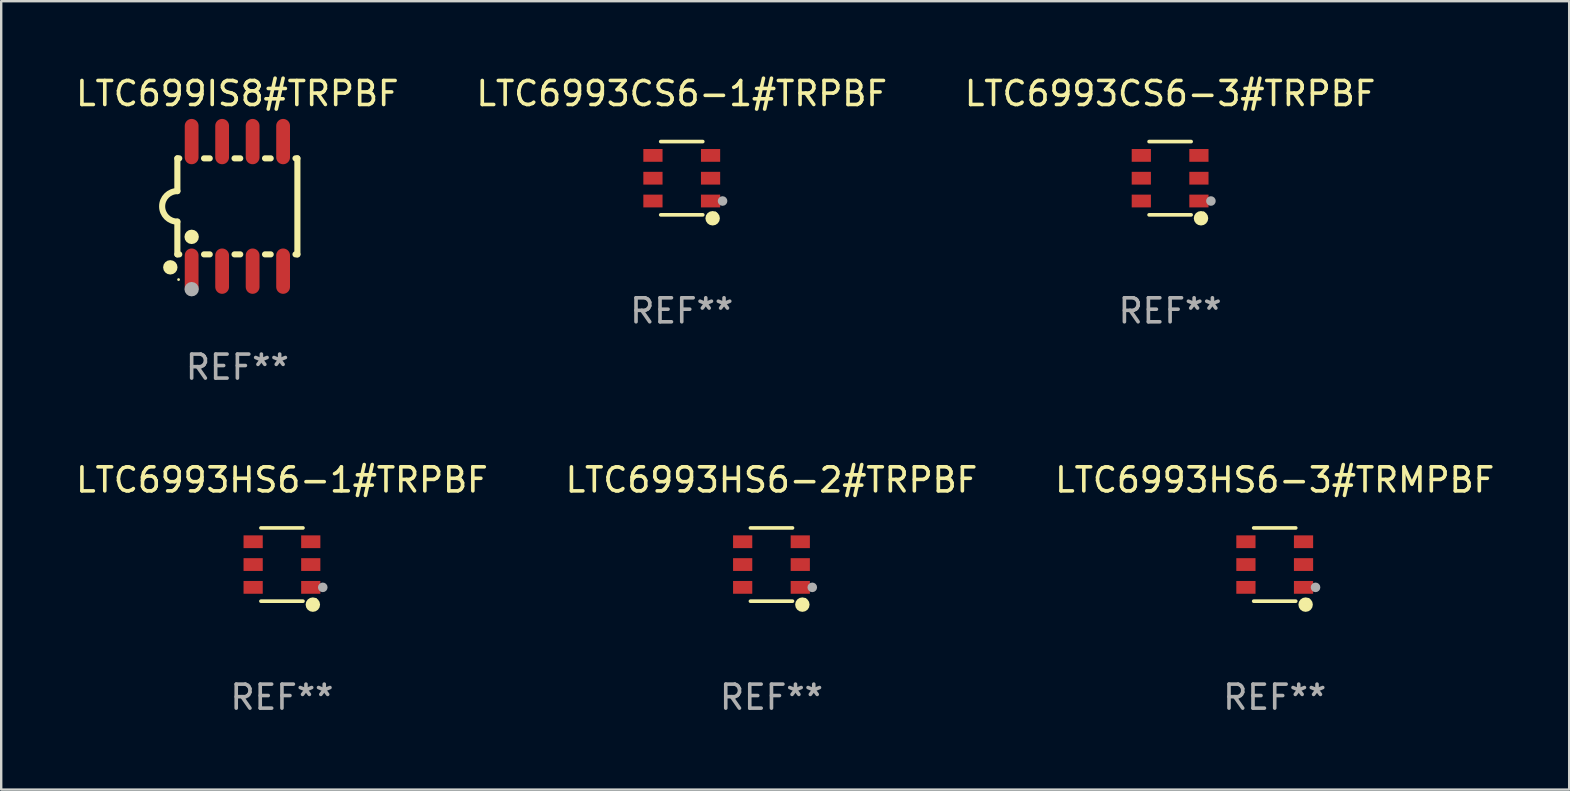
<source format=kicad_pcb>
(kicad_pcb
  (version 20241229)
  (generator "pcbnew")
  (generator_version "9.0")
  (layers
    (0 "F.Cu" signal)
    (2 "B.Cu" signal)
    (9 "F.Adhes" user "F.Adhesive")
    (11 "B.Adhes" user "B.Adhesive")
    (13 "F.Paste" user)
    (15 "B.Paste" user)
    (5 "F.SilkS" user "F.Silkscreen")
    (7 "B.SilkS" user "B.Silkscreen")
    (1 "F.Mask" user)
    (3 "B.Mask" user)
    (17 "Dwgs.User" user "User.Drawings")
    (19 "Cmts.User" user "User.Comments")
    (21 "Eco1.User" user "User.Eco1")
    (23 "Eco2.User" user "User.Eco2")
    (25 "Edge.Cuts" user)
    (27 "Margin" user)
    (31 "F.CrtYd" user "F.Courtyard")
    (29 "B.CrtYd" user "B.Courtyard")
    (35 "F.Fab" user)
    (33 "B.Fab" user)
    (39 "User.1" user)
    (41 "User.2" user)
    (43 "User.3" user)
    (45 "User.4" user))
  (footprint "LTC699IS8#TRPBF"
    (layer "F.Cu")
    (at 6.839 5.547)
    (property "Reference" "LTC699IS8#TRPBF" (at 0 -4.699 0) (layer "F.SilkS") (effects (font (size 1 1) (thickness 0.15))))
    (attr through_hole)
    (fp_line (start -2.5 -2) (end -2.5 -0.635) (stroke (width 0.254) (type solid)) (layer "F.SilkS"))
    (fp_line (start -2.5 -2) (end -2.421 -2) (stroke (width 0.254) (type solid)) (layer "F.SilkS"))
    (fp_line (start -2.5 2) (end -2.5 0.635) (stroke (width 0.254) (type solid)) (layer "F.SilkS"))
    (fp_line (start -2.5 2) (end -2.421 2) (stroke (width 0.254) (type solid)) (layer "F.SilkS"))
    (fp_line (start -1.389 -2) (end -1.151 -2) (stroke (width 0.254) (type solid)) (layer "F.SilkS"))
    (fp_line (start -1.389 2) (end -1.151 2) (stroke (width 0.254) (type solid)) (layer "F.SilkS"))
    (fp_line (start -0.119 -2) (end 0.119 -2) (stroke (width 0.254) (type solid)) (layer "F.SilkS"))
    (fp_line (start -0.119 2) (end 0.119 2) (stroke (width 0.254) (type solid)) (layer "F.SilkS"))
    (fp_line (start 1.151 -2) (end 1.389 -2) (stroke (width 0.254) (type solid)) (layer "F.SilkS"))
    (fp_line (start 1.151 2) (end 1.389 2) (stroke (width 0.254) (type solid)) (layer "F.SilkS"))
    (fp_line (start 2.421 -2) (end 2.5 -2) (stroke (width 0.254) (type solid)) (layer "F.SilkS"))
    (fp_line (start 2.421 2) (end 2.5 2) (stroke (width 0.254) (type solid)) (layer "F.SilkS"))
    (fp_line (start 2.5 -2) (end 2.5 2) (stroke (width 0.254) (type solid)) (layer "F.SilkS"))
    (fp_arc (start -2.5 0.635001) (mid -3.134366 -0.000318) (end -2.499365 -0.635001) (stroke (width 0.254001) (type solid)) (layer "F.SilkS"))
    (fp_circle (center -2.794 2.54) (end -2.644 2.54) (stroke (width 0.3) (type solid)) (fill no) (layer "F.SilkS"))
    (fp_circle (center -2.45 3.05) (end -2.42 3.05) (stroke (width 0.06) (type solid)) (fill no) (layer "F.SilkS"))
    (fp_circle (center -1.905 1.27) (end -1.755 1.27) (stroke (width 0.3) (type solid)) (fill no) (layer "F.SilkS"))
    (fp_circle (center -1.905 3.45) (end -1.755 3.45) (stroke (width 0.3) (type solid)) (fill no) (layer "F.Fab"))
    (fp_text user "REF**" (at 0 6.699 0) (layer "F.Fab") (effects (font (size 1 1) (thickness 0.15))))
    (pad "1" smd oval (at -1.905 2.699) (size 0.574 1.888) (layers "F.Cu" "F.Mask" "F.Paste"))
    (pad "2" smd oval (at -0.635 2.699) (size 0.574 1.888) (layers "F.Cu" "F.Mask" "F.Paste"))
    (pad "3" smd oval (at 0.635 2.699) (size 0.574 1.888) (layers "F.Cu" "F.Mask" "F.Paste"))
    (pad "4" smd oval (at 1.905 2.699) (size 0.574 1.888) (layers "F.Cu" "F.Mask" "F.Paste"))
    (pad "5" smd oval (at 1.905 -2.699) (size 0.574 1.888) (layers "F.Cu" "F.Mask" "F.Paste"))
    (pad "6" smd oval (at 0.635 -2.699) (size 0.574 1.888) (layers "F.Cu" "F.Mask" "F.Paste"))
    (pad "7" smd oval (at -0.635 -2.699) (size 0.574 1.888) (layers "F.Cu" "F.Mask" "F.Paste"))
    (pad "8" smd oval (at -1.905 -2.699) (size 0.574 1.888) (layers "F.Cu" "F.Mask" "F.Paste")))
  (footprint "LTC6993CS6-3#TRPBF"
    (layer "F.Cu")
    (at 45.696 4.374)
    (property "Reference" "LTC6993CS6-3#TRPBF" (at 0 -3.526 0) (layer "F.SilkS") (effects (font (size 1 1) (thickness 0.15))))
    (attr through_hole)
    (fp_line (start 0.876 -1.526) (end -0.876 -1.526) (stroke (width 0.152) (type solid)) (layer "F.SilkS"))
    (fp_line (start 0.876 1.526) (end -0.876 1.526) (stroke (width 0.152) (type solid)) (layer "F.SilkS"))
    (fp_circle (center 1.287 1.669) (end 1.438 1.669) (stroke (width 0.3) (type solid)) (fill no) (layer "F.SilkS"))
    (fp_circle (center 1.4 1.45) (end 1.43 1.45) (stroke (width 0.06) (type solid)) (fill no) (layer "F.SilkS"))
    (fp_circle (center 1.7 0.95) (end 1.8 0.95) (stroke (width 0.2) (type solid)) (fill no) (layer "F.Fab"))
    (fp_text user "REF**" (at 0 5.526 0) (layer "F.Fab") (effects (font (size 1 1) (thickness 0.15))))
    (pad "1" smd rect (at 1.2 0.95) (size 0.8 0.532) (layers "F.Cu" "F.Mask" "F.Paste"))
    (pad "2" smd rect (at 1.2 0) (size 0.8 0.532) (layers "F.Cu" "F.Mask" "F.Paste"))
    (pad "3" smd rect (at 1.2 -0.95) (size 0.8 0.532) (layers "F.Cu" "F.Mask" "F.Paste"))
    (pad "4" smd rect (at -1.2 -0.95) (size 0.8 0.532) (layers "F.Cu" "F.Mask" "F.Paste"))
    (pad "5" smd rect (at -1.2 0) (size 0.8 0.532) (layers "F.Cu" "F.Mask" "F.Paste"))
    (pad "6" smd rect (at -1.2 0.95) (size 0.8 0.532) (layers "F.Cu" "F.Mask" "F.Paste")))
  (footprint "LTC6993CS6-1#TRPBF"
    (layer "F.Cu")
    (at 25.351 4.374)
    (property "Reference" "LTC6993CS6-1#TRPBF" (at 0 -3.526 0) (layer "F.SilkS") (effects (font (size 1 1) (thickness 0.15))))
    (attr through_hole)
    (fp_line (start 0.876 -1.526) (end -0.876 -1.526) (stroke (width 0.152) (type solid)) (layer "F.SilkS"))
    (fp_line (start 0.876 1.526) (end -0.876 1.526) (stroke (width 0.152) (type solid)) (layer "F.SilkS"))
    (fp_circle (center 1.287 1.669) (end 1.438 1.669) (stroke (width 0.3) (type solid)) (fill no) (layer "F.SilkS"))
    (fp_circle (center 1.4 1.45) (end 1.43 1.45) (stroke (width 0.06) (type solid)) (fill no) (layer "F.SilkS"))
    (fp_circle (center 1.7 0.95) (end 1.8 0.95) (stroke (width 0.2) (type solid)) (fill no) (layer "F.Fab"))
    (fp_text user "REF**" (at 0 5.526 0) (layer "F.Fab") (effects (font (size 1 1) (thickness 0.15))))
    (pad "1" smd rect (at 1.2 0.95) (size 0.8 0.532) (layers "F.Cu" "F.Mask" "F.Paste"))
    (pad "2" smd rect (at 1.2 0) (size 0.8 0.532) (layers "F.Cu" "F.Mask" "F.Paste"))
    (pad "3" smd rect (at 1.2 -0.95) (size 0.8 0.532) (layers "F.Cu" "F.Mask" "F.Paste"))
    (pad "4" smd rect (at -1.2 -0.95) (size 0.8 0.532) (layers "F.Cu" "F.Mask" "F.Paste"))
    (pad "5" smd rect (at -1.2 0) (size 0.8 0.532) (layers "F.Cu" "F.Mask" "F.Paste"))
    (pad "6" smd rect (at -1.2 0.95) (size 0.8 0.532) (layers "F.Cu" "F.Mask" "F.Paste")))
  (footprint "LTC6993HS6-3#TRMPBF"
    (layer "F.Cu")
    (at 50.054 20.469)
    (property "Reference" "LTC6993HS6-3#TRMPBF" (at 0 -3.526 0) (layer "F.SilkS") (effects (font (size 1 1) (thickness 0.15))))
    (attr through_hole)
    (fp_line (start 0.876 -1.526) (end -0.876 -1.526) (stroke (width 0.152) (type solid)) (layer "F.SilkS"))
    (fp_line (start 0.876 1.526) (end -0.876 1.526) (stroke (width 0.152) (type solid)) (layer "F.SilkS"))
    (fp_circle (center 1.287 1.669) (end 1.438 1.669) (stroke (width 0.3) (type solid)) (fill no) (layer "F.SilkS"))
    (fp_circle (center 1.4 1.45) (end 1.43 1.45) (stroke (width 0.06) (type solid)) (fill no) (layer "F.SilkS"))
    (fp_circle (center 1.7 0.95) (end 1.8 0.95) (stroke (width 0.2) (type solid)) (fill no) (layer "F.Fab"))
    (fp_text user "REF**" (at 0 5.526 0) (layer "F.Fab") (effects (font (size 1 1) (thickness 0.15))))
    (pad "1" smd rect (at 1.2 0.95) (size 0.8 0.532) (layers "F.Cu" "F.Mask" "F.Paste"))
    (pad "2" smd rect (at 1.2 0) (size 0.8 0.532) (layers "F.Cu" "F.Mask" "F.Paste"))
    (pad "3" smd rect (at 1.2 -0.95) (size 0.8 0.532) (layers "F.Cu" "F.Mask" "F.Paste"))
    (pad "4" smd rect (at -1.2 -0.95) (size 0.8 0.532) (layers "F.Cu" "F.Mask" "F.Paste"))
    (pad "5" smd rect (at -1.2 0) (size 0.8 0.532) (layers "F.Cu" "F.Mask" "F.Paste"))
    (pad "6" smd rect (at -1.2 0.95) (size 0.8 0.532) (layers "F.Cu" "F.Mask" "F.Paste")))
  (footprint "LTC6993HS6-2#TRPBF"
    (layer "F.Cu")
    (at 29.089 20.469)
    (property "Reference" "LTC6993HS6-2#TRPBF" (at 0 -3.526 0) (layer "F.SilkS") (effects (font (size 1 1) (thickness 0.15))))
    (attr through_hole)
    (fp_line (start 0.876 -1.526) (end -0.876 -1.526) (stroke (width 0.152) (type solid)) (layer "F.SilkS"))
    (fp_line (start 0.876 1.526) (end -0.876 1.526) (stroke (width 0.152) (type solid)) (layer "F.SilkS"))
    (fp_circle (center 1.287 1.669) (end 1.438 1.669) (stroke (width 0.3) (type solid)) (fill no) (layer "F.SilkS"))
    (fp_circle (center 1.4 1.45) (end 1.43 1.45) (stroke (width 0.06) (type solid)) (fill no) (layer "F.SilkS"))
    (fp_circle (center 1.7 0.95) (end 1.8 0.95) (stroke (width 0.2) (type solid)) (fill no) (layer "F.Fab"))
    (fp_text user "REF**" (at 0 5.526 0) (layer "F.Fab") (effects (font (size 1 1) (thickness 0.15))))
    (pad "1" smd rect (at 1.2 0.95) (size 0.8 0.532) (layers "F.Cu" "F.Mask" "F.Paste"))
    (pad "2" smd rect (at 1.2 0) (size 0.8 0.532) (layers "F.Cu" "F.Mask" "F.Paste"))
    (pad "3" smd rect (at 1.2 -0.95) (size 0.8 0.532) (layers "F.Cu" "F.Mask" "F.Paste"))
    (pad "4" smd rect (at -1.2 -0.95) (size 0.8 0.532) (layers "F.Cu" "F.Mask" "F.Paste"))
    (pad "5" smd rect (at -1.2 0) (size 0.8 0.532) (layers "F.Cu" "F.Mask" "F.Paste"))
    (pad "6" smd rect (at -1.2 0.95) (size 0.8 0.532) (layers "F.Cu" "F.Mask" "F.Paste")))
  (footprint "LTC6993HS6-1#TRPBF"
    (layer "F.Cu")
    (at 8.696 20.469)
    (property "Reference" "LTC6993HS6-1#TRPBF" (at 0 -3.526 0) (layer "F.SilkS") (effects (font (size 1 1) (thickness 0.15))))
    (attr through_hole)
    (fp_line (start 0.876 -1.526) (end -0.876 -1.526) (stroke (width 0.152) (type solid)) (layer "F.SilkS"))
    (fp_line (start 0.876 1.526) (end -0.876 1.526) (stroke (width 0.152) (type solid)) (layer "F.SilkS"))
    (fp_circle (center 1.287 1.669) (end 1.438 1.669) (stroke (width 0.3) (type solid)) (fill no) (layer "F.SilkS"))
    (fp_circle (center 1.4 1.45) (end 1.43 1.45) (stroke (width 0.06) (type solid)) (fill no) (layer "F.SilkS"))
    (fp_circle (center 1.7 0.95) (end 1.8 0.95) (stroke (width 0.2) (type solid)) (fill no) (layer "F.Fab"))
    (fp_text user "REF**" (at 0 5.526 0) (layer "F.Fab") (effects (font (size 1 1) (thickness 0.15))))
    (pad "1" smd rect (at 1.2 0.95) (size 0.8 0.532) (layers "F.Cu" "F.Mask" "F.Paste"))
    (pad "2" smd rect (at 1.2 0) (size 0.8 0.532) (layers "F.Cu" "F.Mask" "F.Paste"))
    (pad "3" smd rect (at 1.2 -0.95) (size 0.8 0.532) (layers "F.Cu" "F.Mask" "F.Paste"))
    (pad "4" smd rect (at -1.2 -0.95) (size 0.8 0.532) (layers "F.Cu" "F.Mask" "F.Paste"))
    (pad "5" smd rect (at -1.2 0) (size 0.8 0.532) (layers "F.Cu" "F.Mask" "F.Paste"))
    (pad "6" smd rect (at -1.2 0.95) (size 0.8 0.532) (layers "F.Cu" "F.Mask" "F.Paste")))
  (gr_rect
    (start -3 -3)
    (end 62.321 29.843)
    (stroke (width 0.1) (type default))
    (fill no)
    (layer "Edge.Cuts")))
</source>
